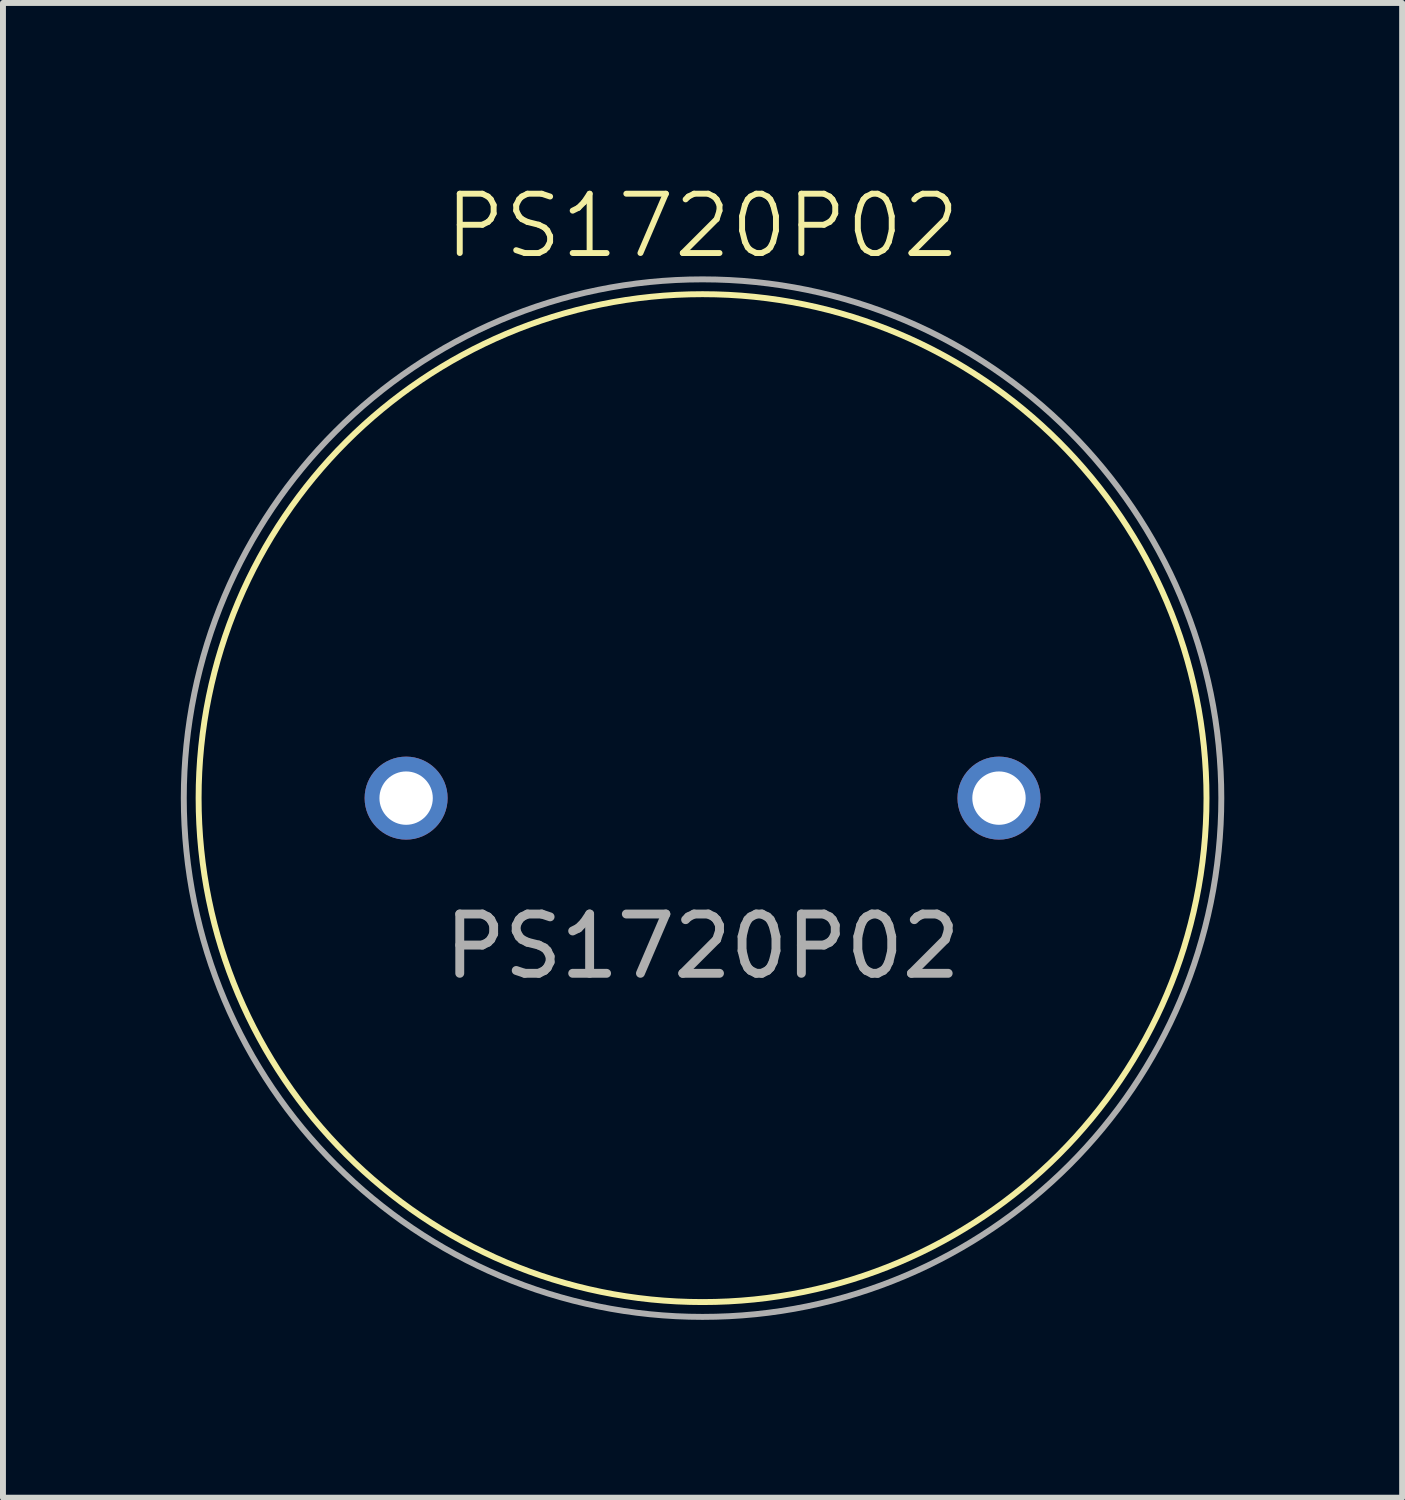
<source format=kicad_pcb>
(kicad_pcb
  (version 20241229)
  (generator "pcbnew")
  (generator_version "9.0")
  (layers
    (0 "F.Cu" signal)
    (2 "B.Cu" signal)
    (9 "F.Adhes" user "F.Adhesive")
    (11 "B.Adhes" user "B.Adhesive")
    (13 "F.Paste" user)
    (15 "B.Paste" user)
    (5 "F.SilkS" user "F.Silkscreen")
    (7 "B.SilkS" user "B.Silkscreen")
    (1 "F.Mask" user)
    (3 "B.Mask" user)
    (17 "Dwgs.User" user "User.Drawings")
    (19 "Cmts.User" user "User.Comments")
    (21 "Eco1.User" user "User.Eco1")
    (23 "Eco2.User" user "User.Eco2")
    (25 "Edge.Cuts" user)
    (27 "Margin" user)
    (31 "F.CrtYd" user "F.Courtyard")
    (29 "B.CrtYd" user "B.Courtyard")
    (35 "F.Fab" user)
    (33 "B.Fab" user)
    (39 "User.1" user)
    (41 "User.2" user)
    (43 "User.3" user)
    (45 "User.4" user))
  (footprint "PS1720P02"
    (layer "F.Cu")
    (at 8.8 10.412)
    (property "Reference" "PS1720P02" (at 0 -9.652 0) (unlocked yes) (layer "F.SilkS") (effects (font (size 1 1) (thickness 0.1))))
    (attr through_hole)
    (fp_circle (center 0 0) (end 8.5 0) (stroke (width 0.1) (type solid)) (fill no) (layer "F.SilkS"))
    (fp_circle (center 0 0) (end 8.75 0) (stroke (width 0.1) (type solid)) (fill no) (layer "F.Fab"))
    (fp_text user "${REFERENCE}" (at 0 2.5 0) (unlocked yes) (layer "F.Fab") (effects (font (size 1 1) (thickness 0.15))))
    (pad "1" thru_hole circle (at -5 0) (size 1.4 1.4) (drill 0.9) (layers "*.Cu" "*.Mask"))
    (pad "2" thru_hole circle (at 5 0) (size 1.4 1.4) (drill 0.9) (layers "*.Cu" "*.Mask")))
  (gr_rect
    (start -3 -3)
    (end 20.6 22.212)
    (stroke (width 0.1) (type default))
    (fill no)
    (layer "Edge.Cuts")))
</source>
